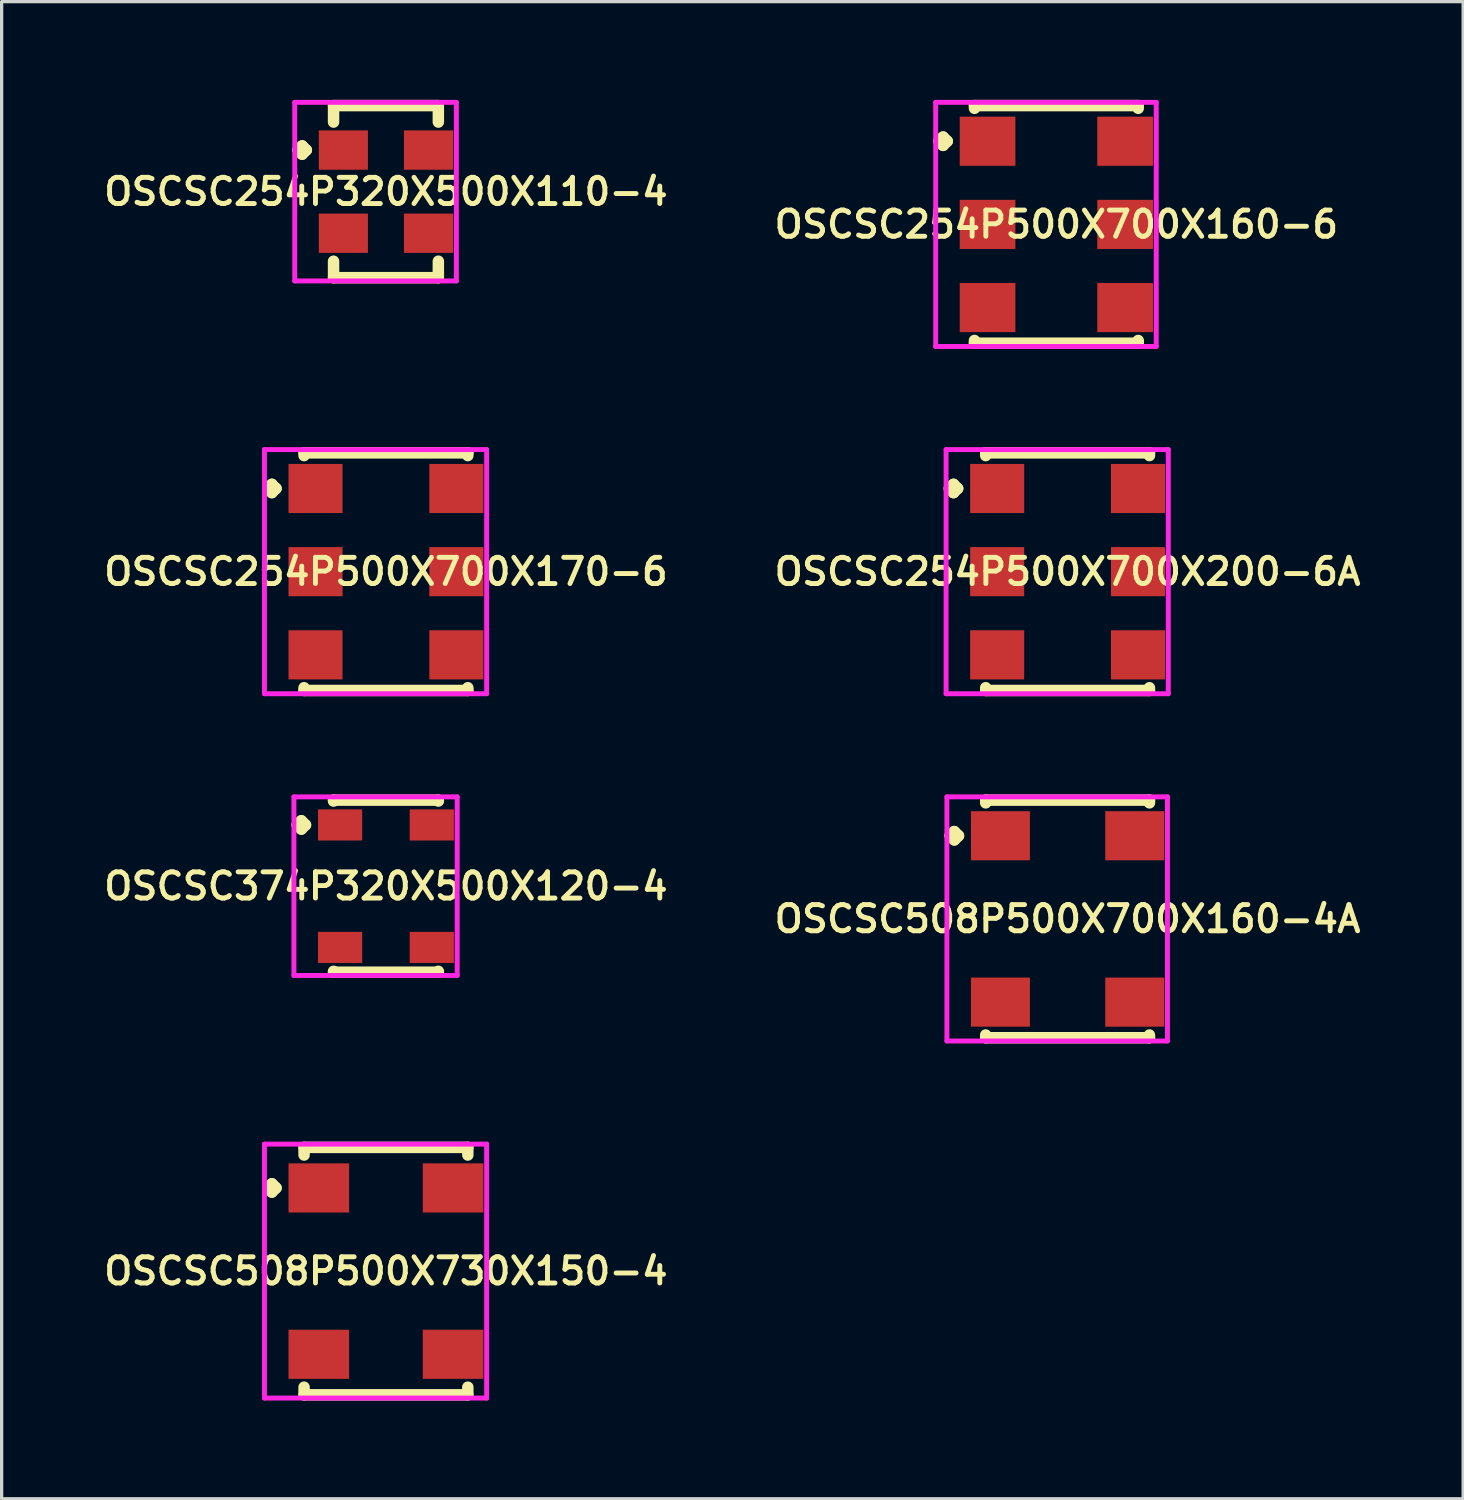
<source format=kicad_pcb>
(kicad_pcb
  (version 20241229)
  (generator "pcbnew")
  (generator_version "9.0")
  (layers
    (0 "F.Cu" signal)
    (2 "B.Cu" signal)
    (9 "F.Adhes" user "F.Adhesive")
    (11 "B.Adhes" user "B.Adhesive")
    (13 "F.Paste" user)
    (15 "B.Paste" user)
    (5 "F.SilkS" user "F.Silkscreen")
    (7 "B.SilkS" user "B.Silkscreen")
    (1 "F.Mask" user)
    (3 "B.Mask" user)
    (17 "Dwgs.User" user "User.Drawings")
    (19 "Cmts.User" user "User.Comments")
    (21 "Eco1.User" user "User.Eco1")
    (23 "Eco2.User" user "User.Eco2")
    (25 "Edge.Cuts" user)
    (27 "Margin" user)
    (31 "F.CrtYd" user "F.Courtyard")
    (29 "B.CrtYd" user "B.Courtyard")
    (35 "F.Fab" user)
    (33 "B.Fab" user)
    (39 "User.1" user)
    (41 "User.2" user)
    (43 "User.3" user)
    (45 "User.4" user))
  (footprint "OSCSC254P500X700X200-6A"
    (layer "F.Cu")
    (at 29.549 14.406)
    (property "Reference" "OSCSC254P500X700X200-6A" (at 0 0 0) (layer "F.SilkS") (effects (font (size 0.8 0.8) (thickness 0.15))))
    (attr smd)
    (fp_line (start -3.61 -2.54) (end -3.483 -2.667) (stroke (width 0.35) (type solid)) (layer "F.SilkS"))
    (fp_line (start -3.483 -2.667) (end -3.356 -2.54) (stroke (width 0.35) (type solid)) (layer "F.SilkS"))
    (fp_line (start -3.483 -2.413) (end -3.61 -2.54) (stroke (width 0.35) (type solid)) (layer "F.SilkS"))
    (fp_line (start -3.356 -2.54) (end -3.483 -2.413) (stroke (width 0.35) (type solid)) (layer "F.SilkS"))
    (fp_line (start -2.5 -3.627) (end 2.5 -3.627) (stroke (width 0.35) (type solid)) (layer "F.SilkS"))
    (fp_line (start -2.5 -3.544) (end -2.5 -3.627) (stroke (width 0.35) (type solid)) (layer "F.SilkS"))
    (fp_line (start -2.5 3.544) (end -2.5 3.627) (stroke (width 0.35) (type solid)) (layer "F.SilkS"))
    (fp_line (start -2.5 3.627) (end 2.5 3.627) (stroke (width 0.35) (type solid)) (layer "F.SilkS"))
    (fp_line (start 2.5 -3.627) (end 2.5 -3.544) (stroke (width 0.35) (type solid)) (layer "F.SilkS"))
    (fp_line (start 2.5 3.627) (end 2.5 3.544) (stroke (width 0.35) (type solid)) (layer "F.SilkS"))
    (fp_line (start -3.71 -3.727) (end 3.075 -3.727) (stroke (width 0.15) (type solid)) (layer "F.CrtYd"))
    (fp_line (start -3.71 3.727) (end -3.71 -3.727) (stroke (width 0.15) (type solid)) (layer "F.CrtYd"))
    (fp_line (start 3.075 -3.727) (end 3.075 3.727) (stroke (width 0.15) (type solid)) (layer "F.CrtYd"))
    (fp_line (start 3.075 3.727) (end -3.71 3.727) (stroke (width 0.15) (type solid)) (layer "F.CrtYd"))
    (pad "1" smd rect (at -2.15 -2.54) (size 1.65 1.5) (layers "F.Cu" "F.Mask" "F.Paste"))
    (pad "2" smd rect (at -2.15 0) (size 1.65 1.5) (layers "F.Cu" "F.Mask" "F.Paste"))
    (pad "3" smd rect (at -2.15 2.54) (size 1.65 1.5) (layers "F.Cu" "F.Mask" "F.Paste"))
    (pad "4" smd rect (at 2.15 2.54) (size 1.65 1.5) (layers "F.Cu" "F.Mask" "F.Paste"))
    (pad "5" smd rect (at 2.15 0) (size 1.65 1.5) (layers "F.Cu" "F.Mask" "F.Paste"))
    (pad "6" smd rect (at 2.15 -2.54) (size 1.65 1.5) (layers "F.Cu" "F.Mask" "F.Paste")))
  (footprint "OSCSC254P320X500X110-4"
    (layer "F.Cu")
    (at 8.735 2.802)
    (property "Reference" "OSCSC254P320X500X110-4" (at 0 0 0) (layer "F.SilkS") (effects (font (size 0.8 0.8) (thickness 0.15))))
    (attr smd)
    (fp_line (start -2.685 -1.27) (end -2.558 -1.397) (stroke (width 0.35) (type solid)) (layer "F.SilkS"))
    (fp_line (start -2.558 -1.397) (end -2.431 -1.27) (stroke (width 0.35) (type solid)) (layer "F.SilkS"))
    (fp_line (start -2.558 -1.143) (end -2.685 -1.27) (stroke (width 0.35) (type solid)) (layer "F.SilkS"))
    (fp_line (start -2.431 -1.27) (end -2.558 -1.143) (stroke (width 0.35) (type solid)) (layer "F.SilkS"))
    (fp_line (start -1.6 -2.627) (end 1.6 -2.627) (stroke (width 0.35) (type solid)) (layer "F.SilkS"))
    (fp_line (start -1.6 -2.124) (end -1.6 -2.627) (stroke (width 0.35) (type solid)) (layer "F.SilkS"))
    (fp_line (start -1.6 2.124) (end -1.6 2.627) (stroke (width 0.35) (type solid)) (layer "F.SilkS"))
    (fp_line (start -1.6 2.627) (end 1.6 2.627) (stroke (width 0.35) (type solid)) (layer "F.SilkS"))
    (fp_line (start 1.6 -2.627) (end 1.6 -2.124) (stroke (width 0.35) (type solid)) (layer "F.SilkS"))
    (fp_line (start 1.6 2.627) (end 1.6 2.124) (stroke (width 0.35) (type solid)) (layer "F.SilkS"))
    (fp_line (start -2.785 -2.727) (end 2.15 -2.727) (stroke (width 0.15) (type solid)) (layer "F.CrtYd"))
    (fp_line (start -2.785 2.727) (end -2.785 -2.727) (stroke (width 0.15) (type solid)) (layer "F.CrtYd"))
    (fp_line (start 2.15 -2.727) (end 2.15 2.727) (stroke (width 0.15) (type solid)) (layer "F.CrtYd"))
    (fp_line (start 2.15 2.727) (end -2.785 2.727) (stroke (width 0.15) (type solid)) (layer "F.CrtYd"))
    (pad "1" smd rect (at -1.3 -1.27) (size 1.5 1.2) (layers "F.Cu" "F.Mask" "F.Paste"))
    (pad "2" smd rect (at -1.3 1.27) (size 1.5 1.2) (layers "F.Cu" "F.Mask" "F.Paste"))
    (pad "3" smd rect (at 1.3 1.27) (size 1.5 1.2) (layers "F.Cu" "F.Mask" "F.Paste"))
    (pad "4" smd rect (at 1.3 -1.27) (size 1.5 1.2) (layers "F.Cu" "F.Mask" "F.Paste")))
  (footprint "OSCSC508P500X700X160-4A"
    (layer "F.Cu")
    (at 29.549 25.01)
    (property "Reference" "OSCSC508P500X700X160-4A" (at 0 0 0) (layer "F.SilkS") (effects (font (size 0.8 0.8) (thickness 0.15))))
    (attr smd)
    (fp_line (start -3.585 -2.54) (end -3.458 -2.667) (stroke (width 0.35) (type solid)) (layer "F.SilkS"))
    (fp_line (start -3.458 -2.667) (end -3.331 -2.54) (stroke (width 0.35) (type solid)) (layer "F.SilkS"))
    (fp_line (start -3.458 -2.413) (end -3.585 -2.54) (stroke (width 0.35) (type solid)) (layer "F.SilkS"))
    (fp_line (start -3.331 -2.54) (end -3.458 -2.413) (stroke (width 0.35) (type solid)) (layer "F.SilkS"))
    (fp_line (start -2.5 -3.627) (end 2.5 -3.627) (stroke (width 0.35) (type solid)) (layer "F.SilkS"))
    (fp_line (start -2.5 -3.544) (end -2.5 -3.627) (stroke (width 0.35) (type solid)) (layer "F.SilkS"))
    (fp_line (start -2.5 3.544) (end -2.5 3.627) (stroke (width 0.35) (type solid)) (layer "F.SilkS"))
    (fp_line (start -2.5 3.627) (end 2.5 3.627) (stroke (width 0.35) (type solid)) (layer "F.SilkS"))
    (fp_line (start 2.5 -3.627) (end 2.5 -3.544) (stroke (width 0.35) (type solid)) (layer "F.SilkS"))
    (fp_line (start 2.5 3.627) (end 2.5 3.544) (stroke (width 0.35) (type solid)) (layer "F.SilkS"))
    (fp_line (start -3.685 -3.727) (end 3.05 -3.727) (stroke (width 0.15) (type solid)) (layer "F.CrtYd"))
    (fp_line (start -3.685 3.727) (end -3.685 -3.727) (stroke (width 0.15) (type solid)) (layer "F.CrtYd"))
    (fp_line (start 3.05 -3.727) (end 3.05 3.727) (stroke (width 0.15) (type solid)) (layer "F.CrtYd"))
    (fp_line (start 3.05 3.727) (end -3.685 3.727) (stroke (width 0.15) (type solid)) (layer "F.CrtYd"))
    (pad "1" smd rect (at -2.05 -2.54) (size 1.8 1.5) (layers "F.Cu" "F.Mask" "F.Paste"))
    (pad "2" smd rect (at -2.05 2.54) (size 1.8 1.5) (layers "F.Cu" "F.Mask" "F.Paste"))
    (pad "3" smd rect (at 2.05 2.54) (size 1.8 1.5) (layers "F.Cu" "F.Mask" "F.Paste"))
    (pad "4" smd rect (at 2.05 -2.54) (size 1.8 1.5) (layers "F.Cu" "F.Mask" "F.Paste")))
  (footprint "OSCSC254P500X700X160-6"
    (layer "F.Cu")
    (at 29.206 3.802)
    (property "Reference" "OSCSC254P500X700X160-6" (at 0 0 0) (layer "F.SilkS") (effects (font (size 0.8 0.8) (thickness 0.15))))
    (attr smd)
    (fp_line (start -3.585 -2.54) (end -3.458 -2.667) (stroke (width 0.35) (type solid)) (layer "F.SilkS"))
    (fp_line (start -3.458 -2.667) (end -3.331 -2.54) (stroke (width 0.35) (type solid)) (layer "F.SilkS"))
    (fp_line (start -3.458 -2.413) (end -3.585 -2.54) (stroke (width 0.35) (type solid)) (layer "F.SilkS"))
    (fp_line (start -3.331 -2.54) (end -3.458 -2.413) (stroke (width 0.35) (type solid)) (layer "F.SilkS"))
    (fp_line (start -2.5 -3.627) (end 2.5 -3.627) (stroke (width 0.35) (type solid)) (layer "F.SilkS"))
    (fp_line (start -2.5 -3.544) (end -2.5 -3.627) (stroke (width 0.35) (type solid)) (layer "F.SilkS"))
    (fp_line (start -2.5 3.544) (end -2.5 3.627) (stroke (width 0.35) (type solid)) (layer "F.SilkS"))
    (fp_line (start -2.5 3.627) (end 2.5 3.627) (stroke (width 0.35) (type solid)) (layer "F.SilkS"))
    (fp_line (start 2.5 -3.627) (end 2.5 -3.544) (stroke (width 0.35) (type solid)) (layer "F.SilkS"))
    (fp_line (start 2.5 3.627) (end 2.5 3.544) (stroke (width 0.35) (type solid)) (layer "F.SilkS"))
    (fp_line (start -3.685 -3.727) (end 3.05 -3.727) (stroke (width 0.15) (type solid)) (layer "F.CrtYd"))
    (fp_line (start -3.685 3.727) (end -3.685 -3.727) (stroke (width 0.15) (type solid)) (layer "F.CrtYd"))
    (fp_line (start 3.05 -3.727) (end 3.05 3.727) (stroke (width 0.15) (type solid)) (layer "F.CrtYd"))
    (fp_line (start 3.05 3.727) (end -3.685 3.727) (stroke (width 0.15) (type solid)) (layer "F.CrtYd"))
    (pad "1" smd rect (at -2.1 -2.54) (size 1.7 1.5) (layers "F.Cu" "F.Mask" "F.Paste"))
    (pad "2" smd rect (at -2.1 0) (size 1.7 1.5) (layers "F.Cu" "F.Mask" "F.Paste"))
    (pad "3" smd rect (at -2.1 2.54) (size 1.7 1.5) (layers "F.Cu" "F.Mask" "F.Paste"))
    (pad "4" smd rect (at 2.1 2.54) (size 1.7 1.5) (layers "F.Cu" "F.Mask" "F.Paste"))
    (pad "5" smd rect (at 2.1 0) (size 1.7 1.5) (layers "F.Cu" "F.Mask" "F.Paste"))
    (pad "6" smd rect (at 2.1 -2.54) (size 1.7 1.5) (layers "F.Cu" "F.Mask" "F.Paste")))
  (footprint "OSCSC374P320X500X120-4"
    (layer "F.Cu")
    (at 8.735 24.01)
    (property "Reference" "OSCSC374P320X500X120-4" (at 0 0 0) (layer "F.SilkS") (effects (font (size 0.8 0.8) (thickness 0.15))))
    (attr smd)
    (fp_line (start -2.71 -1.87) (end -2.583 -1.997) (stroke (width 0.35) (type solid)) (layer "F.SilkS"))
    (fp_line (start -2.583 -1.997) (end -2.456 -1.87) (stroke (width 0.35) (type solid)) (layer "F.SilkS"))
    (fp_line (start -2.583 -1.743) (end -2.71 -1.87) (stroke (width 0.35) (type solid)) (layer "F.SilkS"))
    (fp_line (start -2.456 -1.87) (end -2.583 -1.743) (stroke (width 0.35) (type solid)) (layer "F.SilkS"))
    (fp_line (start -1.6 -2.627) (end 1.6 -2.627) (stroke (width 0.35) (type solid)) (layer "F.SilkS"))
    (fp_line (start -1.6 -2.599) (end -1.6 -2.627) (stroke (width 0.35) (type solid)) (layer "F.SilkS"))
    (fp_line (start -1.6 2.599) (end -1.6 2.627) (stroke (width 0.35) (type solid)) (layer "F.SilkS"))
    (fp_line (start -1.6 2.627) (end 1.6 2.627) (stroke (width 0.35) (type solid)) (layer "F.SilkS"))
    (fp_line (start 1.6 -2.627) (end 1.6 -2.599) (stroke (width 0.35) (type solid)) (layer "F.SilkS"))
    (fp_line (start 1.6 2.627) (end 1.6 2.599) (stroke (width 0.35) (type solid)) (layer "F.SilkS"))
    (fp_line (start -2.81 -2.727) (end 2.175 -2.727) (stroke (width 0.15) (type solid)) (layer "F.CrtYd"))
    (fp_line (start -2.81 2.727) (end -2.81 -2.727) (stroke (width 0.15) (type solid)) (layer "F.CrtYd"))
    (fp_line (start 2.175 -2.727) (end 2.175 2.727) (stroke (width 0.15) (type solid)) (layer "F.CrtYd"))
    (fp_line (start 2.175 2.727) (end -2.81 2.727) (stroke (width 0.15) (type solid)) (layer "F.CrtYd"))
    (pad "1" smd rect (at -1.4 -1.87) (size 1.35 0.95) (layers "F.Cu" "F.Mask" "F.Paste"))
    (pad "2" smd rect (at -1.4 1.87) (size 1.35 0.95) (layers "F.Cu" "F.Mask" "F.Paste"))
    (pad "3" smd rect (at 1.4 1.87) (size 1.35 0.95) (layers "F.Cu" "F.Mask" "F.Paste"))
    (pad "4" smd rect (at 1.4 -1.87) (size 1.35 0.95) (layers "F.Cu" "F.Mask" "F.Paste")))
  (footprint "OSCSC508P500X730X150-4"
    (layer "F.Cu")
    (at 8.735 35.764)
    (property "Reference" "OSCSC508P500X730X150-4" (at 0 0 0) (layer "F.SilkS") (effects (font (size 0.8 0.8) (thickness 0.15))))
    (attr smd)
    (fp_line (start -3.61 -2.54) (end -3.483 -2.667) (stroke (width 0.35) (type solid)) (layer "F.SilkS"))
    (fp_line (start -3.483 -2.667) (end -3.356 -2.54) (stroke (width 0.35) (type solid)) (layer "F.SilkS"))
    (fp_line (start -3.483 -2.413) (end -3.61 -2.54) (stroke (width 0.35) (type solid)) (layer "F.SilkS"))
    (fp_line (start -3.356 -2.54) (end -3.483 -2.413) (stroke (width 0.35) (type solid)) (layer "F.SilkS"))
    (fp_line (start -2.5 -3.777) (end 2.5 -3.777) (stroke (width 0.35) (type solid)) (layer "F.SilkS"))
    (fp_line (start -2.5 -3.544) (end -2.5 -3.777) (stroke (width 0.35) (type solid)) (layer "F.SilkS"))
    (fp_line (start -2.5 3.544) (end -2.5 3.777) (stroke (width 0.35) (type solid)) (layer "F.SilkS"))
    (fp_line (start -2.5 3.777) (end 2.5 3.777) (stroke (width 0.35) (type solid)) (layer "F.SilkS"))
    (fp_line (start 2.5 -3.777) (end 2.5 -3.544) (stroke (width 0.35) (type solid)) (layer "F.SilkS"))
    (fp_line (start 2.5 3.777) (end 2.5 3.544) (stroke (width 0.35) (type solid)) (layer "F.SilkS"))
    (fp_line (start -3.71 -3.877) (end 3.075 -3.877) (stroke (width 0.15) (type solid)) (layer "F.CrtYd"))
    (fp_line (start -3.71 3.877) (end -3.71 -3.877) (stroke (width 0.15) (type solid)) (layer "F.CrtYd"))
    (fp_line (start 3.075 -3.877) (end 3.075 3.877) (stroke (width 0.15) (type solid)) (layer "F.CrtYd"))
    (fp_line (start 3.075 3.877) (end -3.71 3.877) (stroke (width 0.15) (type solid)) (layer "F.CrtYd"))
    (pad "1" smd rect (at -2.05 -2.54) (size 1.85 1.5) (layers "F.Cu" "F.Mask" "F.Paste"))
    (pad "2" smd rect (at -2.05 2.54) (size 1.85 1.5) (layers "F.Cu" "F.Mask" "F.Paste"))
    (pad "3" smd rect (at 2.05 2.54) (size 1.85 1.5) (layers "F.Cu" "F.Mask" "F.Paste"))
    (pad "4" smd rect (at 2.05 -2.54) (size 1.85 1.5) (layers "F.Cu" "F.Mask" "F.Paste")))
  (footprint "OSCSC254P500X700X170-6"
    (layer "F.Cu")
    (at 8.735 14.406)
    (property "Reference" "OSCSC254P500X700X170-6" (at 0 0 0) (layer "F.SilkS") (effects (font (size 0.8 0.8) (thickness 0.15))))
    (attr smd)
    (fp_line (start -3.61 -2.54) (end -3.483 -2.667) (stroke (width 0.35) (type solid)) (layer "F.SilkS"))
    (fp_line (start -3.483 -2.667) (end -3.356 -2.54) (stroke (width 0.35) (type solid)) (layer "F.SilkS"))
    (fp_line (start -3.483 -2.413) (end -3.61 -2.54) (stroke (width 0.35) (type solid)) (layer "F.SilkS"))
    (fp_line (start -3.356 -2.54) (end -3.483 -2.413) (stroke (width 0.35) (type solid)) (layer "F.SilkS"))
    (fp_line (start -2.5 -3.627) (end 2.5 -3.627) (stroke (width 0.35) (type solid)) (layer "F.SilkS"))
    (fp_line (start -2.5 -3.544) (end -2.5 -3.627) (stroke (width 0.35) (type solid)) (layer "F.SilkS"))
    (fp_line (start -2.5 3.544) (end -2.5 3.627) (stroke (width 0.35) (type solid)) (layer "F.SilkS"))
    (fp_line (start -2.5 3.627) (end 2.5 3.627) (stroke (width 0.35) (type solid)) (layer "F.SilkS"))
    (fp_line (start 2.5 -3.627) (end 2.5 -3.544) (stroke (width 0.35) (type solid)) (layer "F.SilkS"))
    (fp_line (start 2.5 3.627) (end 2.5 3.544) (stroke (width 0.35) (type solid)) (layer "F.SilkS"))
    (fp_line (start -3.71 -3.727) (end 3.075 -3.727) (stroke (width 0.15) (type solid)) (layer "F.CrtYd"))
    (fp_line (start -3.71 3.727) (end -3.71 -3.727) (stroke (width 0.15) (type solid)) (layer "F.CrtYd"))
    (fp_line (start 3.075 -3.727) (end 3.075 3.727) (stroke (width 0.15) (type solid)) (layer "F.CrtYd"))
    (fp_line (start 3.075 3.727) (end -3.71 3.727) (stroke (width 0.15) (type solid)) (layer "F.CrtYd"))
    (pad "1" smd rect (at -2.15 -2.54) (size 1.65 1.5) (layers "F.Cu" "F.Mask" "F.Paste"))
    (pad "2" smd rect (at -2.15 0) (size 1.65 1.5) (layers "F.Cu" "F.Mask" "F.Paste"))
    (pad "3" smd rect (at -2.15 2.54) (size 1.65 1.5) (layers "F.Cu" "F.Mask" "F.Paste"))
    (pad "4" smd rect (at 2.15 2.54) (size 1.65 1.5) (layers "F.Cu" "F.Mask" "F.Paste"))
    (pad "5" smd rect (at 2.15 0) (size 1.65 1.5) (layers "F.Cu" "F.Mask" "F.Paste"))
    (pad "6" smd rect (at 2.15 -2.54) (size 1.65 1.5) (layers "F.Cu" "F.Mask" "F.Paste")))
  (gr_rect
    (start -3 -3)
    (end 41.628 42.716)
    (stroke (width 0.1) (type default))
    (fill no)
    (layer "Edge.Cuts")))
</source>
